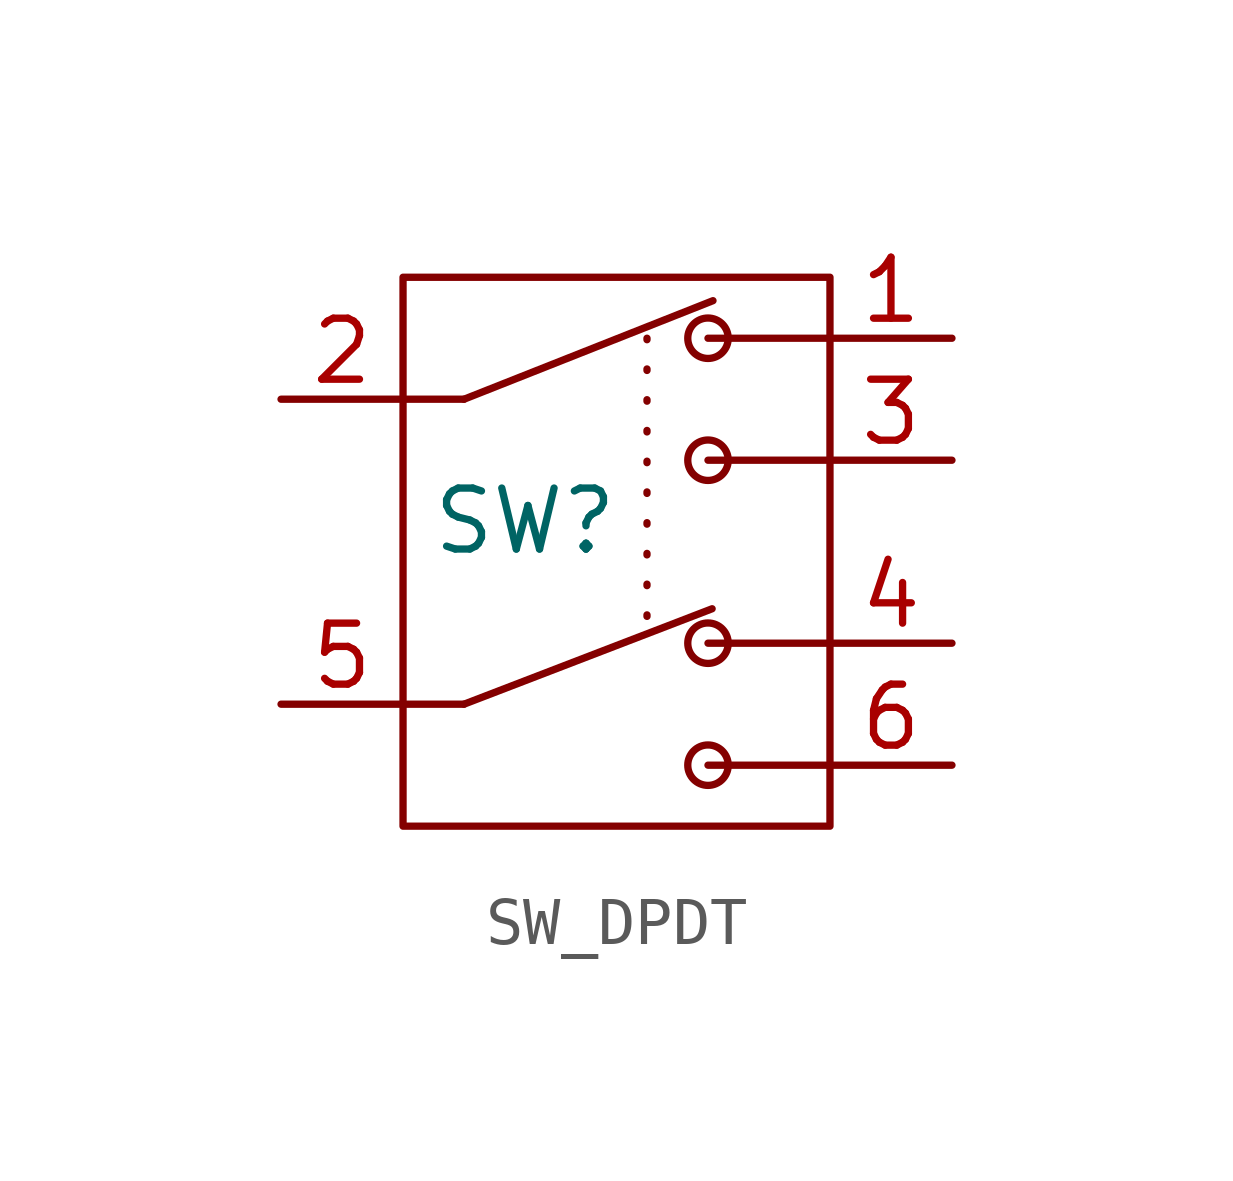
<source format=kicad_sym>
(kicad_symbol_lib
  (version 20241209)
  (generator "kicad_symbol_editor")
  (generator_version "9.0")
  (symbol "SW_DPDT"
    (property "Reference" "SW"
      (at 0 0 0)
      (effects (font (size 1.27 1.27))))
    (property "Value" ""
      (at 0 0 0)
      (effects (font (size 1.27 1.27))))
    (symbol "SW_DPDT_0_1"
      (rectangle (start -2.54 5.08) (end 6.35 -6.35) (stroke (width 0) (type default)) (fill (type none)))
      (polyline (pts (xy -2.54 2.54) (xy -1.27 2.54)) (stroke (width 0) (type default)) (fill (type none)))
      (polyline (pts (xy -2.54 -3.81) (xy -1.27 -3.81)) (stroke (width 0) (type default)) (fill (type none)))
      (polyline (pts (xy -1.27 2.54) (xy 3.914 4.592)) (stroke (width 0) (type default)) (fill (type none)))
      (polyline (pts (xy -1.27 -3.81) (xy 3.896 -1.823)) (stroke (width 0) (type default)) (fill (type none)))
      (polyline (pts (xy 6.35 3.81) (xy 3.81 3.81)) (stroke (width 0) (type default)) (fill (type none)))
      (polyline (pts (xy 6.35 1.27) (xy 3.81 1.27)) (stroke (width 0) (type default)) (fill (type none)))
      (polyline (pts (xy 6.35 -2.54) (xy 3.81 -2.54)) (stroke (width 0) (type default)) (fill (type none)))
      (polyline (pts (xy 6.35 -5.08) (xy 3.81 -5.08)) (stroke (width 0) (type default)) (fill (type none))))
    (symbol "SW_DPDT_1_1"
      (polyline (pts (xy 2.54 3.81) (xy 2.54 -2.54)) (stroke (width 0) (type dot)) (fill (type none)))
      (circle (center 3.81 3.81) (radius 0.421) (stroke (width 0) (type default)) (fill (type none)))
      (circle (center 3.81 1.27) (radius 0.421) (stroke (width 0) (type default)) (fill (type none)))
      (circle (center 3.81 -2.54) (radius 0.421) (stroke (width 0) (type default)) (fill (type none)))
      (circle (center 3.81 -5.08) (radius 0.421) (stroke (width 0) (type default)) (fill (type none)))
      (pin bidirectional line (at -5.08 2.54 0) (length 2.54) (name "" (effects (font (size 1.27 1.27)))) (number "2" (effects (font (size 1.27 1.27)))))
      (pin bidirectional line (at -5.08 -3.81 0) (length 2.54) (name "" (effects (font (size 1.27 1.27)))) (number "5" (effects (font (size 1.27 1.27)))))
      (pin bidirectional line (at 8.89 3.81 180) (length 2.54) (name "" (effects (font (size 1.27 1.27)))) (number "1" (effects (font (size 1.27 1.27)))))
      (pin bidirectional line (at 8.89 1.27 180) (length 2.54) (name "" (effects (font (size 1.27 1.27)))) (number "3" (effects (font (size 1.27 1.27)))))
      (pin bidirectional line (at 8.89 -2.54 180) (length 2.54) (name "" (effects (font (size 1.27 1.27)))) (number "4" (effects (font (size 1.27 1.27)))))
      (pin bidirectional line (at 8.89 -5.08 180) (length 2.54) (name "" (effects (font (size 1.27 1.27)))) (number "6" (effects (font (size 1.27 1.27))))))))
</source>
